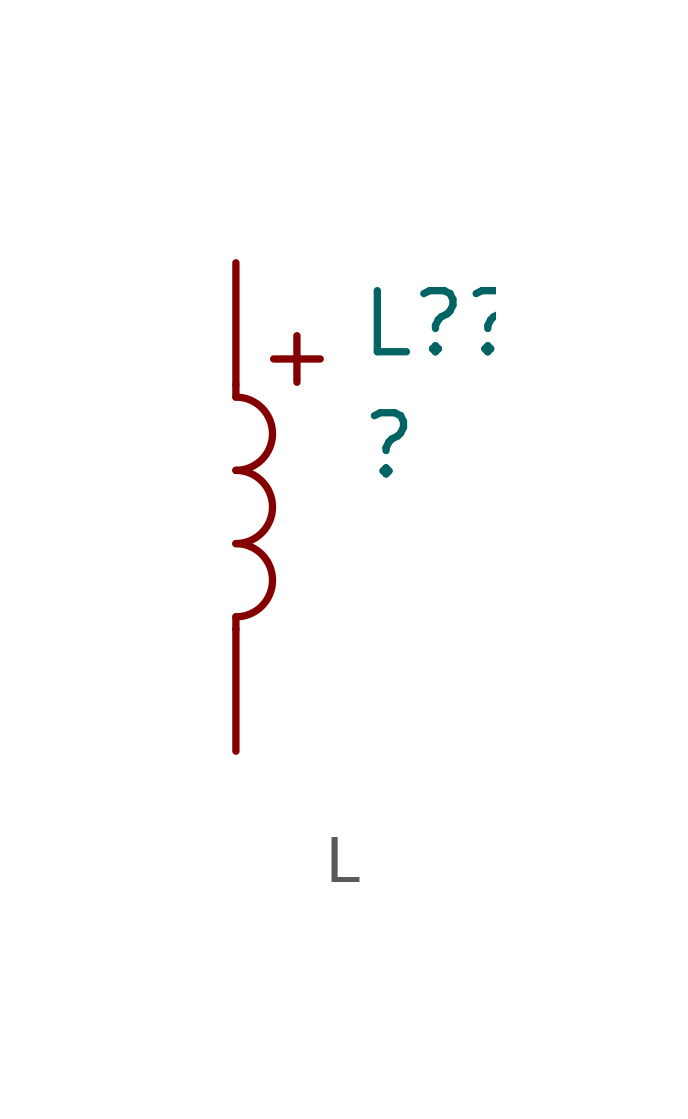
<source format=kicad_sym>
(kicad_symbol_lib
  (version 20241209)
  (generator "kicad_symbol_editor")
  (generator_version "9.0")
  (symbol "L"
    (pin_numbers
      (hide yes))
    (pin_names
      (offset 1.016)
      (hide yes))
    (property "Reference" "L?"
      (at 2.54 3.81 0)
      (effects (font (size 1.27 1.27)) (justify left)))
    (property "Value" "?"
      (at 2.54 1.27 0)
      (effects (font (size 1.27 1.27)) (justify left)))
    (symbol "L_0_0"
      (text "+" (at 1.27 3.175 0) (effects (font (size 1.27 1.27)))))
    (symbol "L_0_1"
      (arc (start 0 2.286) (mid 0.759 1.524) (end 0 0.762) (stroke (width 0) (type solid)) (fill (type none)))
      (arc (start 0 0.762) (mid 0.759 0) (end 0 -0.762) (stroke (width 0) (type solid)) (fill (type none)))
      (arc (start 0 -0.762) (mid 0.759 -1.524) (end 0 -2.286) (stroke (width 0) (type solid)) (fill (type none)))
      (polyline (pts (xy 0 2.286) (xy 0 2.54)) (stroke (width 0) (type solid)) (fill (type none)))
      (polyline (pts (xy 0 -2.54) (xy 0 -2.286)) (stroke (width 0) (type solid)) (fill (type none))))
    (symbol "L_1_0"
      (pin passive line (at 0 5.08 270) (length 2.54) (name "1" (effects (font (size 1.27 1.27)))) (number "1" (effects (font (size 1.27 1.27)))))
      (pin passive line (at 0 -5.08 90) (length 2.54) (name "2" (effects (font (size 1.27 1.27)))) (number "2" (effects (font (size 1.27 1.27))))))))
</source>
